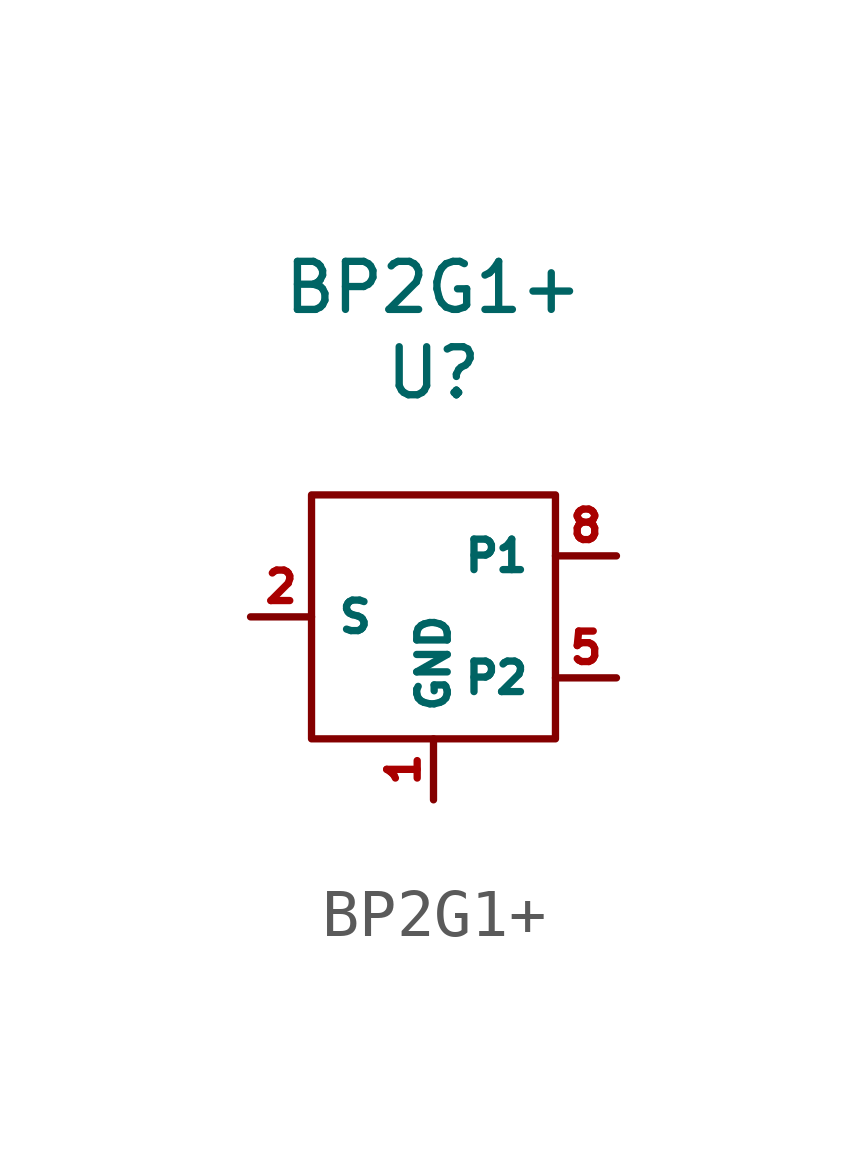
<source format=kicad_sym>
(kicad_symbol_lib
  (version 20241209)
  (generator "kicad_symbol_editor")
  (generator_version "9.0")
  (symbol "BP2G1+"
    (property "Reference" "U"
      (at 0 5.08 0)
      (effects (font (size 1 1))))
    (property "Value" "BP2G1+"
      (at 0 6.858 0)
      (effects (font (size 1 1))))
    (symbol "BP2G1+_0_1"
      (rectangle (start -2.54 2.54) (end 2.54 -2.54) (stroke (width 0) (type default)) (fill (type none))))
    (symbol "BP2G1+_1_1"
      (pin bidirectional line (at -3.81 0 0) (length 1.27) (name "S" (effects (font (size 0.635 0.635)))) (number "2" (effects (font (size 0.635 0.635)))))
      (pin bidirectional line (at 0 -3.81 90) (length 1.27) (name "GND" (effects (font (size 0.635 0.635)))) (number "1" (effects (font (size 0.635 0.635)))))
      (pin bidirectional line (at 0 -3.81 90) (length 1.27) (hide yes) (name "GND" (effects (font (size 0.635 0.635)))) (number "3" (effects (font (size 0.635 0.635)))))
      (pin bidirectional line (at 0 -3.81 90) (length 1.27) (hide yes) (name "GND" (effects (font (size 0.635 0.635)))) (number "4" (effects (font (size 0.635 0.635)))))
      (pin bidirectional line (at 0 -3.81 90) (length 1.27) (hide yes) (name "GND" (effects (font (size 0.635 0.635)))) (number "6" (effects (font (size 0.635 0.635)))))
      (pin bidirectional line (at 0 -3.81 90) (length 1.27) (hide yes) (name "GND" (effects (font (size 0.635 0.635)))) (number "7" (effects (font (size 0.635 0.635)))))
      (pin bidirectional line (at 3.81 1.27 180) (length 1.27) (name "P1" (effects (font (size 0.635 0.635)))) (number "8" (effects (font (size 0.635 0.635)))))
      (pin bidirectional line (at 3.81 -1.27 180) (length 1.27) (name "P2" (effects (font (size 0.635 0.635)))) (number "5" (effects (font (size 0.635 0.635))))))))
</source>
